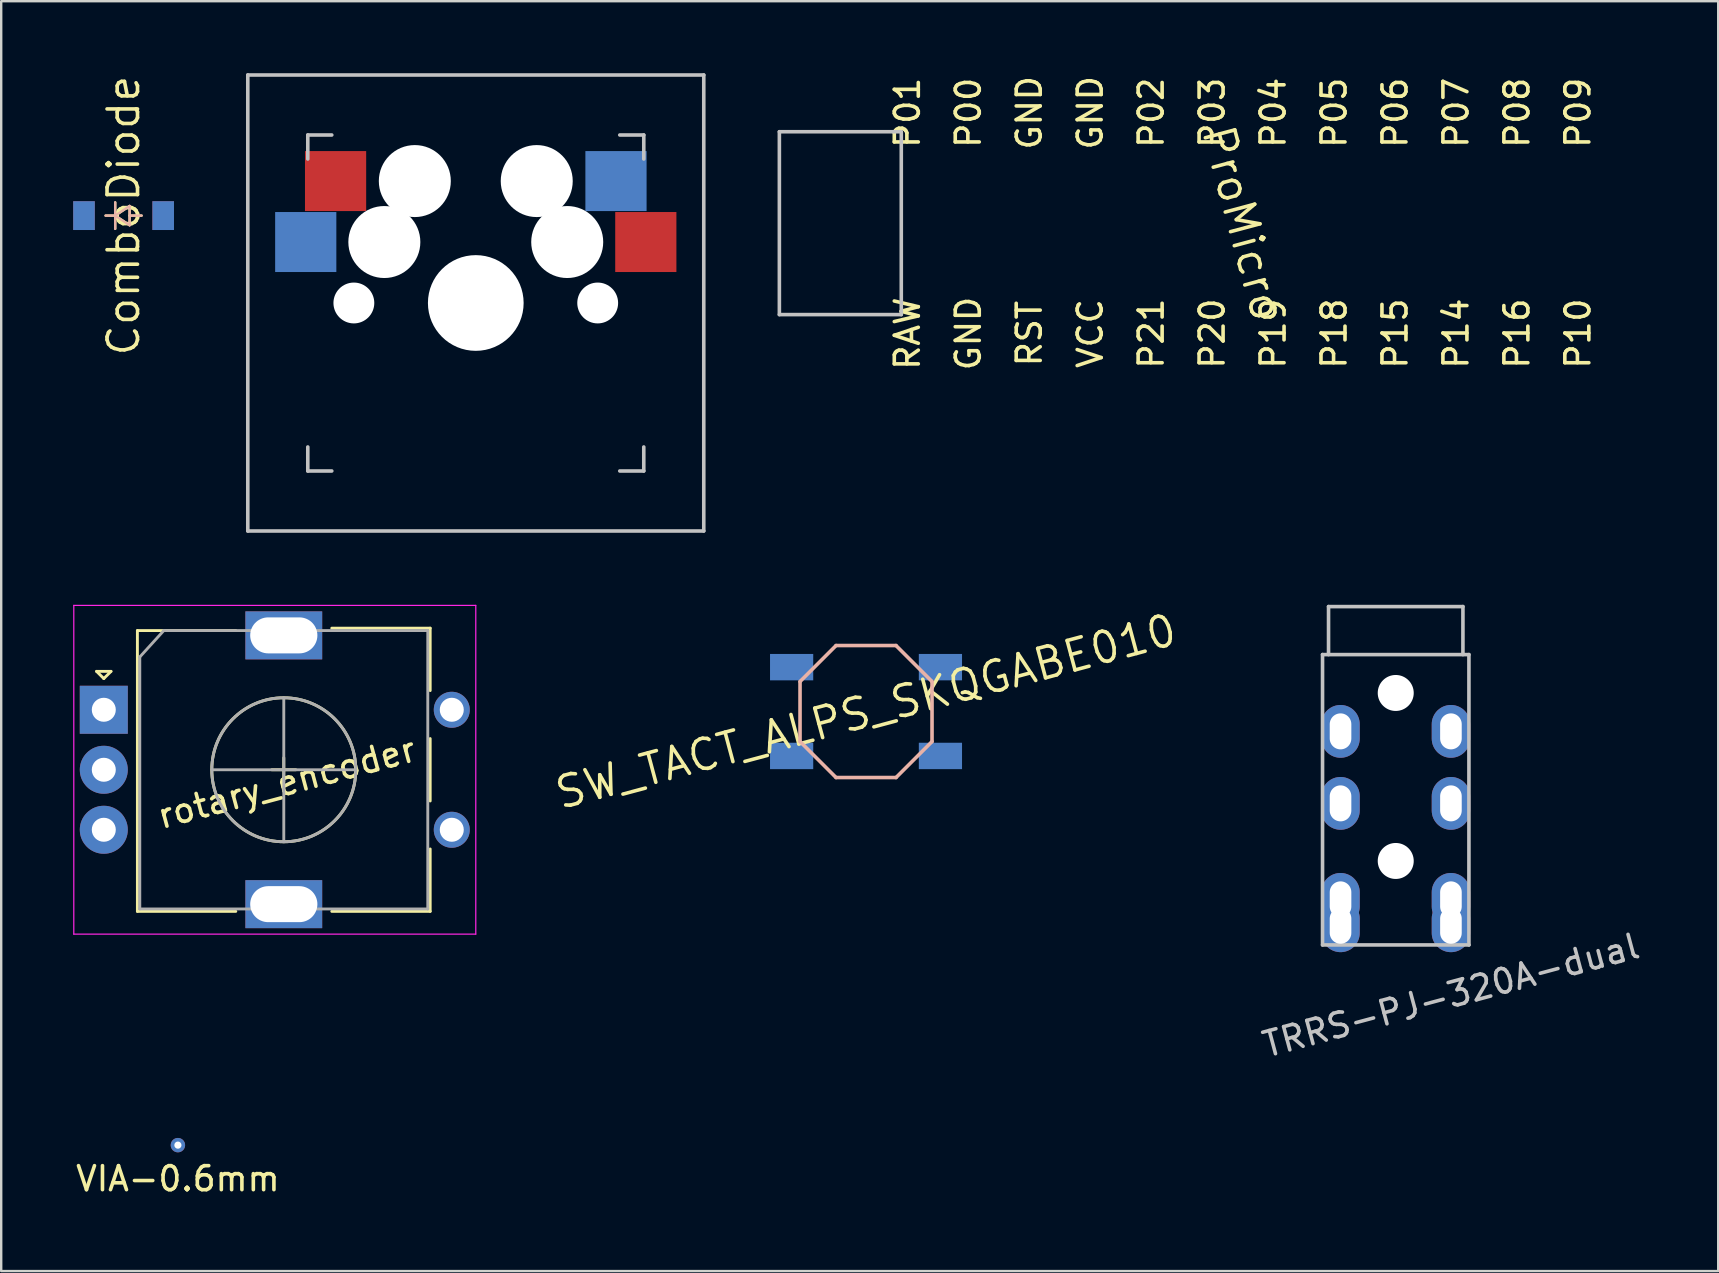
<source format=kicad_pcb>
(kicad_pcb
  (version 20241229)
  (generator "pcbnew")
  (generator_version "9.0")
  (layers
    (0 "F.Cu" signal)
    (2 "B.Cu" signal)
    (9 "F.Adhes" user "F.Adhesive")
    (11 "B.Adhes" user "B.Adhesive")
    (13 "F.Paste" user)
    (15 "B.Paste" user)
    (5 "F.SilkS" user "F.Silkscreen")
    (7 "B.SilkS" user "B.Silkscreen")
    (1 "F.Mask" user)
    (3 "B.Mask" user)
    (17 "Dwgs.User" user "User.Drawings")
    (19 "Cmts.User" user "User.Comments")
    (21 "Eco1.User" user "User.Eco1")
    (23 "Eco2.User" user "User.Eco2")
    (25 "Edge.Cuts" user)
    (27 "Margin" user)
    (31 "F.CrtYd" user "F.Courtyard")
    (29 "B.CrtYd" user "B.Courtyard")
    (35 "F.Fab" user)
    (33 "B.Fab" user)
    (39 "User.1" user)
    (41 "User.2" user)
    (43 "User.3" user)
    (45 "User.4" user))
  (footprint "TRRS-PJ-320A-dual"
    (layer "F.Cu")
    (at 57.408 24.225)
    (property "Reference" "TRRS-PJ-320A-dual" (at 0 14.2 15) (layer "Dwgs.User") (effects (font (size 1 1) (thickness 0.15))))
    (attr through_hole)
    (fp_line (start -5.35 0) (end -5.35 12.1) (stroke (width 0.15) (type solid)) (layer "Dwgs.User"))
    (fp_line (start -5.1 0) (end -5.1 -2) (stroke (width 0.15) (type solid)) (layer "Dwgs.User"))
    (fp_line (start 0.5 -2) (end -5.1 -2) (stroke (width 0.15) (type solid)) (layer "Dwgs.User"))
    (fp_line (start 0.5 0) (end 0.5 -2) (stroke (width 0.15) (type solid)) (layer "Dwgs.User"))
    (fp_line (start 0.75 0) (end -5.35 0) (stroke (width 0.15) (type solid)) (layer "Dwgs.User"))
    (fp_line (start 0.75 0) (end 0.75 12.1) (stroke (width 0.15) (type solid)) (layer "Dwgs.User"))
    (fp_line (start 0.75 12.1) (end -5.35 12.1) (stroke (width 0.15) (type solid)) (layer "Dwgs.User"))
    (pad "" np_thru_hole circle (at -2.3 1.6 15) (size 1.5 1.5) (drill 1.5) (layers "*.Cu" "*.Mask"))
    (pad "" np_thru_hole circle (at -2.3 8.6 15) (size 1.5 1.5) (drill 1.5) (layers "*.Cu" "*.Mask"))
    (pad "1" thru_hole oval (at -4.6 11.3) (size 1.6 2.2) (drill oval 0.9 1.5) (layers "*.Cu" "*.Mask"))
    (pad "1" thru_hole oval (at 0 11.3) (size 1.6 2.2) (drill oval 0.9 1.5) (layers "*.Cu" "*.Mask"))
    (pad "2" thru_hole oval (at -4.6 10.2) (size 1.6 2.2) (drill oval 0.9 1.5) (layers "*.Cu" "*.Mask"))
    (pad "2" thru_hole oval (at 0 10.2) (size 1.6 2.2) (drill oval 0.9 1.5) (layers "*.Cu" "*.Mask"))
    (pad "3" thru_hole oval (at -4.6 6.2) (size 1.6 2.2) (drill oval 0.9 1.5) (layers "*.Cu" "*.Mask"))
    (pad "3" thru_hole oval (at 0 6.2) (size 1.6 2.2) (drill oval 0.9 1.5) (layers "*.Cu" "*.Mask"))
    (pad "4" thru_hole oval (at -4.6 3.2) (size 1.6 2.2) (drill oval 0.9 1.5) (layers "*.Cu" "*.Mask"))
    (pad "4" thru_hole oval (at 0 3.2) (size 1.6 2.2) (drill oval 0.9 1.5) (layers "*.Cu" "*.Mask")))
  (footprint "rotary_encoder"
    (layer "F.Cu")
    (at 8.895 29.065)
    (property "Reference" "rotary_encoder" (at 0 0.5 15) (layer "F.SilkS") (effects (font (size 1 1) (thickness 0.15))))
    (attr through_hole)
    (fp_line (start -7.92 -4.14) (end -7.32 -4.14) (stroke (width 0.12) (type solid)) (layer "F.SilkS"))
    (fp_line (start -7.62 -3.84) (end -7.92 -4.14) (stroke (width 0.12) (type solid)) (layer "F.SilkS"))
    (fp_line (start -7.32 -4.14) (end -7.62 -3.84) (stroke (width 0.12) (type solid)) (layer "F.SilkS"))
    (fp_line (start -6.22 -5.84) (end -6.22 5.86) (stroke (width 0.12) (type solid)) (layer "F.SilkS"))
    (fp_line (start -2.12 -5.84) (end -6.22 -5.84) (stroke (width 0.12) (type solid)) (layer "F.SilkS"))
    (fp_line (start -2.12 5.86) (end -6.22 5.86) (stroke (width 0.12) (type solid)) (layer "F.SilkS"))
    (fp_line (start -0.62 -0.04) (end 0.38 -0.04) (stroke (width 0.12) (type solid)) (layer "F.SilkS"))
    (fp_line (start -0.12 -0.54) (end -0.12 0.46) (stroke (width 0.12) (type solid)) (layer "F.SilkS"))
    (fp_line (start 1.88 -5.94) (end 5.98 -5.94) (stroke (width 0.12) (type solid)) (layer "F.SilkS"))
    (fp_line (start 5.98 -5.94) (end 5.98 -3.34) (stroke (width 0.12) (type solid)) (layer "F.SilkS"))
    (fp_line (start 5.98 -1.34) (end 5.98 1.26) (stroke (width 0.12) (type solid)) (layer "F.SilkS"))
    (fp_line (start 5.98 3.26) (end 5.98 5.86) (stroke (width 0.12) (type solid)) (layer "F.SilkS"))
    (fp_line (start 5.98 5.86) (end 1.88 5.86) (stroke (width 0.12) (type solid)) (layer "F.SilkS"))
    (fp_circle (center -0.12 -0.04) (end 2.88 -0.04) (stroke (width 0.12) (type solid)) (fill no) (layer "F.SilkS"))
    (fp_line (start -8.87 -6.89) (end -8.87 6.81) (stroke (width 0.05) (type solid)) (layer "F.CrtYd"))
    (fp_line (start -8.87 -6.89) (end 7.88 -6.89) (stroke (width 0.05) (type solid)) (layer "F.CrtYd"))
    (fp_line (start 7.88 6.81) (end -8.87 6.81) (stroke (width 0.05) (type solid)) (layer "F.CrtYd"))
    (fp_line (start 7.88 6.81) (end 7.88 -6.89) (stroke (width 0.05) (type solid)) (layer "F.CrtYd"))
    (fp_line (start -6.12 -4.74) (end -5.12 -5.84) (stroke (width 0.12) (type solid)) (layer "F.Fab"))
    (fp_line (start -6.12 5.76) (end -6.12 -4.74) (stroke (width 0.12) (type solid)) (layer "F.Fab"))
    (fp_line (start -5.12 -5.84) (end 5.88 -5.84) (stroke (width 0.12) (type solid)) (layer "F.Fab"))
    (fp_line (start -3.12 -0.04) (end 2.88 -0.04) (stroke (width 0.12) (type solid)) (layer "F.Fab"))
    (fp_line (start -0.12 -3.04) (end -0.12 2.96) (stroke (width 0.12) (type solid)) (layer "F.Fab"))
    (fp_line (start 5.88 -5.84) (end 5.88 5.76) (stroke (width 0.12) (type solid)) (layer "F.Fab"))
    (fp_line (start 5.88 5.76) (end -6.12 5.76) (stroke (width 0.12) (type solid)) (layer "F.Fab"))
    (fp_circle (center -0.12 -0.04) (end 2.88 -0.04) (stroke (width 0.12) (type solid)) (fill no) (layer "F.Fab"))
    (pad "" thru_hole rect (at -0.12 -5.64) (size 3.2 2) (drill oval 2.8 1.5) (layers "*.Cu" "*.Mask"))
    (pad "" thru_hole rect (at -0.12 5.56) (size 3.2 2) (drill oval 2.8 1.5) (layers "*.Cu" "*.Mask"))
    (pad "1" thru_hole circle (at 6.88 -2.54 15) (size 1.5 1.5) (drill 1) (layers "*.Cu" "*.Mask"))
    (pad "2" thru_hole circle (at 6.88 2.46 15) (size 1.5 1.5) (drill 1) (layers "*.Cu" "*.Mask"))
    (pad "A" thru_hole rect (at -7.62 -2.54) (size 2 2) (drill 1) (layers "*.Cu" "*.Mask"))
    (pad "B" thru_hole circle (at -7.62 2.46 15) (size 2 2) (drill 1) (layers "*.Cu" "*.Mask"))
    (pad "C" thru_hole circle (at -7.62 -0.04 15) (size 2 2) (drill 1) (layers "*.Cu" "*.Mask")))
  (footprint "ProMicro"
    (layer "F.Cu")
    (at 48.729 6.249)
    (property "Reference" "ProMicro" (at 0 0 105) (layer "F.SilkS") (effects (font (size 1.27 1.27) (thickness 0.15))))
    (attr through_hole)
    (fp_line (start -19.304 -3.81) (end -14.224 -3.81) (stroke (width 0.15) (type solid)) (layer "Dwgs.User"))
    (fp_line (start -19.304 3.81) (end -19.304 -3.81) (stroke (width 0.15) (type solid)) (layer "Dwgs.User"))
    (fp_line (start -14.224 -3.81) (end -14.224 3.81) (stroke (width 0.15) (type solid)) (layer "Dwgs.User"))
    (fp_line (start -14.224 3.81) (end -19.304 3.81) (stroke (width 0.15) (type solid)) (layer "Dwgs.User"))
    (fp_text user "P20" (at -1.27 4.6 90) (layer "F.SilkS") (effects (font (size 1 1) (thickness 0.15))))
    (fp_text user "P03" (at -1.27 -4.6 90) (layer "F.SilkS") (effects (font (size 1 1) (thickness 0.15))))
    (fp_text user "VCC" (at -6.35 4.6 90) (layer "F.SilkS") (effects (font (size 1 1) (thickness 0.15))))
    (fp_text user "P15" (at 6.35 4.6 90) (layer "F.SilkS") (effects (font (size 1 1) (thickness 0.15))))
    (fp_text user "GND" (at -11.43 4.6 90) (layer "F.SilkS") (effects (font (size 1 1) (thickness 0.15))))
    (fp_text user "P18" (at 3.81 4.6 90) (layer "F.SilkS") (effects (font (size 1 1) (thickness 0.15))))
    (fp_text user "P07" (at 8.89 -4.6 90) (layer "F.SilkS") (effects (font (size 1 1) (thickness 0.15))))
    (fp_text user "P14" (at 8.89 4.6 90) (layer "F.SilkS") (effects (font (size 1 1) (thickness 0.15))))
    (fp_text user "P16" (at 11.43 4.6 90) (layer "F.SilkS") (effects (font (size 1 1) (thickness 0.15))))
    (fp_text user "P19" (at 1.27 4.6 90) (layer "F.SilkS") (effects (font (size 1 1) (thickness 0.15))))
    (fp_text user "P00" (at -11.43 -4.6 90) (layer "F.SilkS") (effects (font (size 1 1) (thickness 0.15))))
    (fp_text user "GND" (at -8.89 -4.6 90) (layer "F.SilkS") (effects (font (size 1 1) (thickness 0.15))))
    (fp_text user "P04" (at 1.27 -4.6 90) (layer "F.SilkS") (effects (font (size 1 1) (thickness 0.15))))
    (fp_text user "P06" (at 6.35 -4.6 90) (layer "F.SilkS") (effects (font (size 1 1) (thickness 0.15))))
    (fp_text user "P02" (at -3.81 -4.6 90) (layer "F.SilkS") (effects (font (size 1 1) (thickness 0.15))))
    (fp_text user "RAW" (at -13.97 4.6 90) (layer "F.SilkS") (effects (font (size 1 1) (thickness 0.15))))
    (fp_text user "P05" (at 3.81 -4.6 90) (layer "F.SilkS") (effects (font (size 1 1) (thickness 0.15))))
    (fp_text user "GND" (at -6.35 -4.6 90) (layer "F.SilkS") (effects (font (size 1 1) (thickness 0.15))))
    (fp_text user "P08" (at 11.43 -4.6 90) (layer "F.SilkS") (effects (font (size 1 1) (thickness 0.15))))
    (fp_text user "P10" (at 13.97 4.6 90) (layer "F.SilkS") (effects (font (size 1 1) (thickness 0.15))))
    (fp_text user "RST" (at -8.89 4.6 90) (layer "F.SilkS") (effects (font (size 1 1) (thickness 0.15))))
    (fp_text user "P01" (at -13.97 -4.6 90) (layer "F.SilkS") (effects (font (size 1 1) (thickness 0.15))))
    (fp_text user "P09" (at 13.97 -4.6 90) (layer "F.SilkS") (effects (font (size 1 1) (thickness 0.15))))
    (fp_text user "P21" (at -3.81 4.6 90) (layer "F.SilkS") (effects (font (size 1 1) (thickness 0.15)))))
  (footprint "MX"
    (layer "F.Cu")
    (at 16.775 9.575)
    (property "Reference" "MX" (at 0 0 0) (layer "F.SilkS") (effects (font (size 1.27 1.27) (thickness 0.15))))
    (attr through_hole)
    (fp_line (start -9.5 -9.5) (end 9.5 -9.5) (stroke (width 0.15) (type solid)) (layer "Dwgs.User"))
    (fp_line (start -9.5 9.5) (end -9.5 -9.5) (stroke (width 0.15) (type solid)) (layer "Dwgs.User"))
    (fp_line (start -7 -6) (end -7 -7) (stroke (width 0.15) (type solid)) (layer "Dwgs.User"))
    (fp_line (start -7 7) (end -7 6) (stroke (width 0.15) (type solid)) (layer "Dwgs.User"))
    (fp_line (start -7 7) (end -6 7) (stroke (width 0.15) (type solid)) (layer "Dwgs.User"))
    (fp_line (start -6 -7) (end -7 -7) (stroke (width 0.15) (type solid)) (layer "Dwgs.User"))
    (fp_line (start 6 7) (end 7 7) (stroke (width 0.15) (type solid)) (layer "Dwgs.User"))
    (fp_line (start 7 -7) (end 6 -7) (stroke (width 0.15) (type solid)) (layer "Dwgs.User"))
    (fp_line (start 7 -7) (end 7 -6) (stroke (width 0.15) (type solid)) (layer "Dwgs.User"))
    (fp_line (start 7 6) (end 7 7) (stroke (width 0.15) (type solid)) (layer "Dwgs.User"))
    (fp_line (start 9.5 -9.5) (end 9.5 9.5) (stroke (width 0.15) (type solid)) (layer "Dwgs.User"))
    (fp_line (start 9.5 9.5) (end -9.5 9.5) (stroke (width 0.15) (type solid)) (layer "Dwgs.User"))
    (pad "" np_thru_hole circle (at -5.08 0) (size 1.702 1.702) (drill 1.702) (layers "*.Cu" "*.Mask"))
    (pad "" np_thru_hole circle (at -3.81 -2.54) (size 3 3) (drill 3) (layers "*.Cu" "*.Mask"))
    (pad "" np_thru_hole circle (at -2.54 -5.08) (size 3 3) (drill 3) (layers "*.Cu" "*.Mask"))
    (pad "" np_thru_hole circle (at 0 0) (size 3.988 3.988) (drill 3.988) (layers "*.Cu" "*.Mask"))
    (pad "" np_thru_hole circle (at 2.54 -5.08) (size 3 3) (drill 3) (layers "*.Cu" "*.Mask"))
    (pad "" np_thru_hole circle (at 3.81 -2.54) (size 3 3) (drill 3) (layers "*.Cu" "*.Mask"))
    (pad "" np_thru_hole circle (at 5.08 0) (size 1.702 1.702) (drill 1.702) (layers "*.Cu" "*.Mask"))
    (pad "1" smd rect (at -7.085 -2.54 180) (size 2.55 2.5) (layers "B.Cu" "B.Mask" "B.Paste"))
    (pad "1" smd rect (at 7.085 -2.54 180) (size 2.55 2.5) (layers "F.Cu" "F.Mask" "F.Paste"))
    (pad "2" smd rect (at -5.842 -5.08 180) (size 2.55 2.5) (layers "F.Cu" "F.Mask" "F.Paste"))
    (pad "2" smd rect (at 5.842 -5.08 180) (size 2.55 2.5) (layers "B.Cu" "B.Mask" "B.Paste")))
  (footprint "ComboDiode"
    (layer "F.Cu")
    (at 2.1 5.934)
    (property "Reference" "ComboDiode" (at 0 0 270) (layer "F.SilkS") (effects (font (size 1.27 1.27) (thickness 0.15))))
    (attr through_hole)
    (fp_line (start -0.75 0) (end -0.35 0) (stroke (width 0.1) (type solid)) (layer "F.SilkS"))
    (fp_line (start -0.35 0) (end -0.35 -0.55) (stroke (width 0.1) (type solid)) (layer "F.SilkS"))
    (fp_line (start -0.35 0) (end -0.35 0.55) (stroke (width 0.1) (type solid)) (layer "F.SilkS"))
    (fp_line (start -0.35 0) (end 0.25 -0.4) (stroke (width 0.1) (type solid)) (layer "F.SilkS"))
    (fp_line (start 0.25 -0.4) (end 0.25 0.4) (stroke (width 0.1) (type solid)) (layer "F.SilkS"))
    (fp_line (start 0.25 0) (end 0.75 0) (stroke (width 0.1) (type solid)) (layer "F.SilkS"))
    (fp_line (start 0.25 0.4) (end -0.35 0) (stroke (width 0.1) (type solid)) (layer "F.SilkS"))
    (fp_line (start -0.75 0) (end -0.35 0) (stroke (width 0.1) (type solid)) (layer "B.SilkS"))
    (fp_line (start -0.35 0) (end -0.35 -0.55) (stroke (width 0.1) (type solid)) (layer "B.SilkS"))
    (fp_line (start -0.35 0) (end -0.35 0.55) (stroke (width 0.1) (type solid)) (layer "B.SilkS"))
    (fp_line (start -0.35 0) (end 0.25 -0.4) (stroke (width 0.1) (type solid)) (layer "B.SilkS"))
    (fp_line (start 0.25 -0.4) (end 0.25 0.4) (stroke (width 0.1) (type solid)) (layer "B.SilkS"))
    (fp_line (start 0.25 0) (end 0.75 0) (stroke (width 0.1) (type solid)) (layer "B.SilkS"))
    (fp_line (start 0.25 0.4) (end -0.35 0) (stroke (width 0.1) (type solid)) (layer "B.SilkS"))
    (pad "1" smd rect (at -1.65 0) (size 0.9 1.2) (layers "F.Cu" "F.Mask" "F.Paste"))
    (pad "1" smd rect (at -1.65 0) (size 0.9 1.2) (layers "B.Cu" "B.Mask" "B.Paste"))
    (pad "2" smd rect (at 1.65 0) (size 0.9 1.2) (layers "F.Cu" "F.Mask" "F.Paste"))
    (pad "2" smd rect (at 1.65 0) (size 0.9 1.2) (layers "B.Cu" "B.Mask" "B.Paste")))
  (footprint "SW_TACT_ALPS_SKQGABE010"
    (layer "F.Cu")
    (at 33.036 26.599)
    (property "Reference" "SW_TACT_ALPS_SKQGABE010" (at 0 0 15) (layer "F.SilkS") (effects (font (size 1.27 1.27) (thickness 0.15))))
    (attr through_hole)
    (fp_line (start -2.75 -1.25) (end -2.75 1.25) (stroke (width 0.15) (type solid)) (layer "B.SilkS"))
    (fp_line (start -2.75 -1.25) (end -1.25 -2.75) (stroke (width 0.15) (type solid)) (layer "B.SilkS"))
    (fp_line (start -2.75 1.25) (end -1.25 2.75) (stroke (width 0.15) (type solid)) (layer "B.SilkS"))
    (fp_line (start -1.25 -2.75) (end 1.25 -2.75) (stroke (width 0.15) (type solid)) (layer "B.SilkS"))
    (fp_line (start -1.25 2.75) (end 1.25 2.75) (stroke (width 0.15) (type solid)) (layer "B.SilkS"))
    (fp_line (start 2.75 -1.25) (end 1.25 -2.75) (stroke (width 0.15) (type solid)) (layer "B.SilkS"))
    (fp_line (start 2.75 -1.25) (end 2.75 1.25) (stroke (width 0.15) (type solid)) (layer "B.SilkS"))
    (fp_line (start 2.75 1.25) (end 1.25 2.75) (stroke (width 0.15) (type solid)) (layer "B.SilkS"))
    (pad "1" smd rect (at -3.1 -1.85) (size 1.8 1.1) (layers "B.Cu" "B.Mask" "B.Paste"))
    (pad "1" smd rect (at 3.1 -1.85) (size 1.8 1.1) (layers "B.Cu" "B.Mask" "B.Paste"))
    (pad "2" smd rect (at -3.1 1.85) (size 1.8 1.1) (layers "B.Cu" "B.Mask" "B.Paste"))
    (pad "2" smd rect (at 3.1 1.85) (size 1.8 1.1) (layers "B.Cu" "B.Mask" "B.Paste")))
  (footprint "VIA-0.6mm"
    (layer "F.Cu")
    (at 4.363 44.666)
    (property "Reference" "VIA-0.6mm" (at 0 1.4 0) (layer "F.SilkS") (effects (font (size 1 1) (thickness 0.15))))
    (attr through_hole)
    (pad "1" thru_hole circle (at 0 0) (size 0.6 0.6) (drill 0.3) (layers "*.Cu")))
  (gr_rect
    (start -3 -3)
    (end 68.545 49.914)
    (stroke (width 0.1) (type default))
    (fill no)
    (layer "Edge.Cuts")))
</source>
